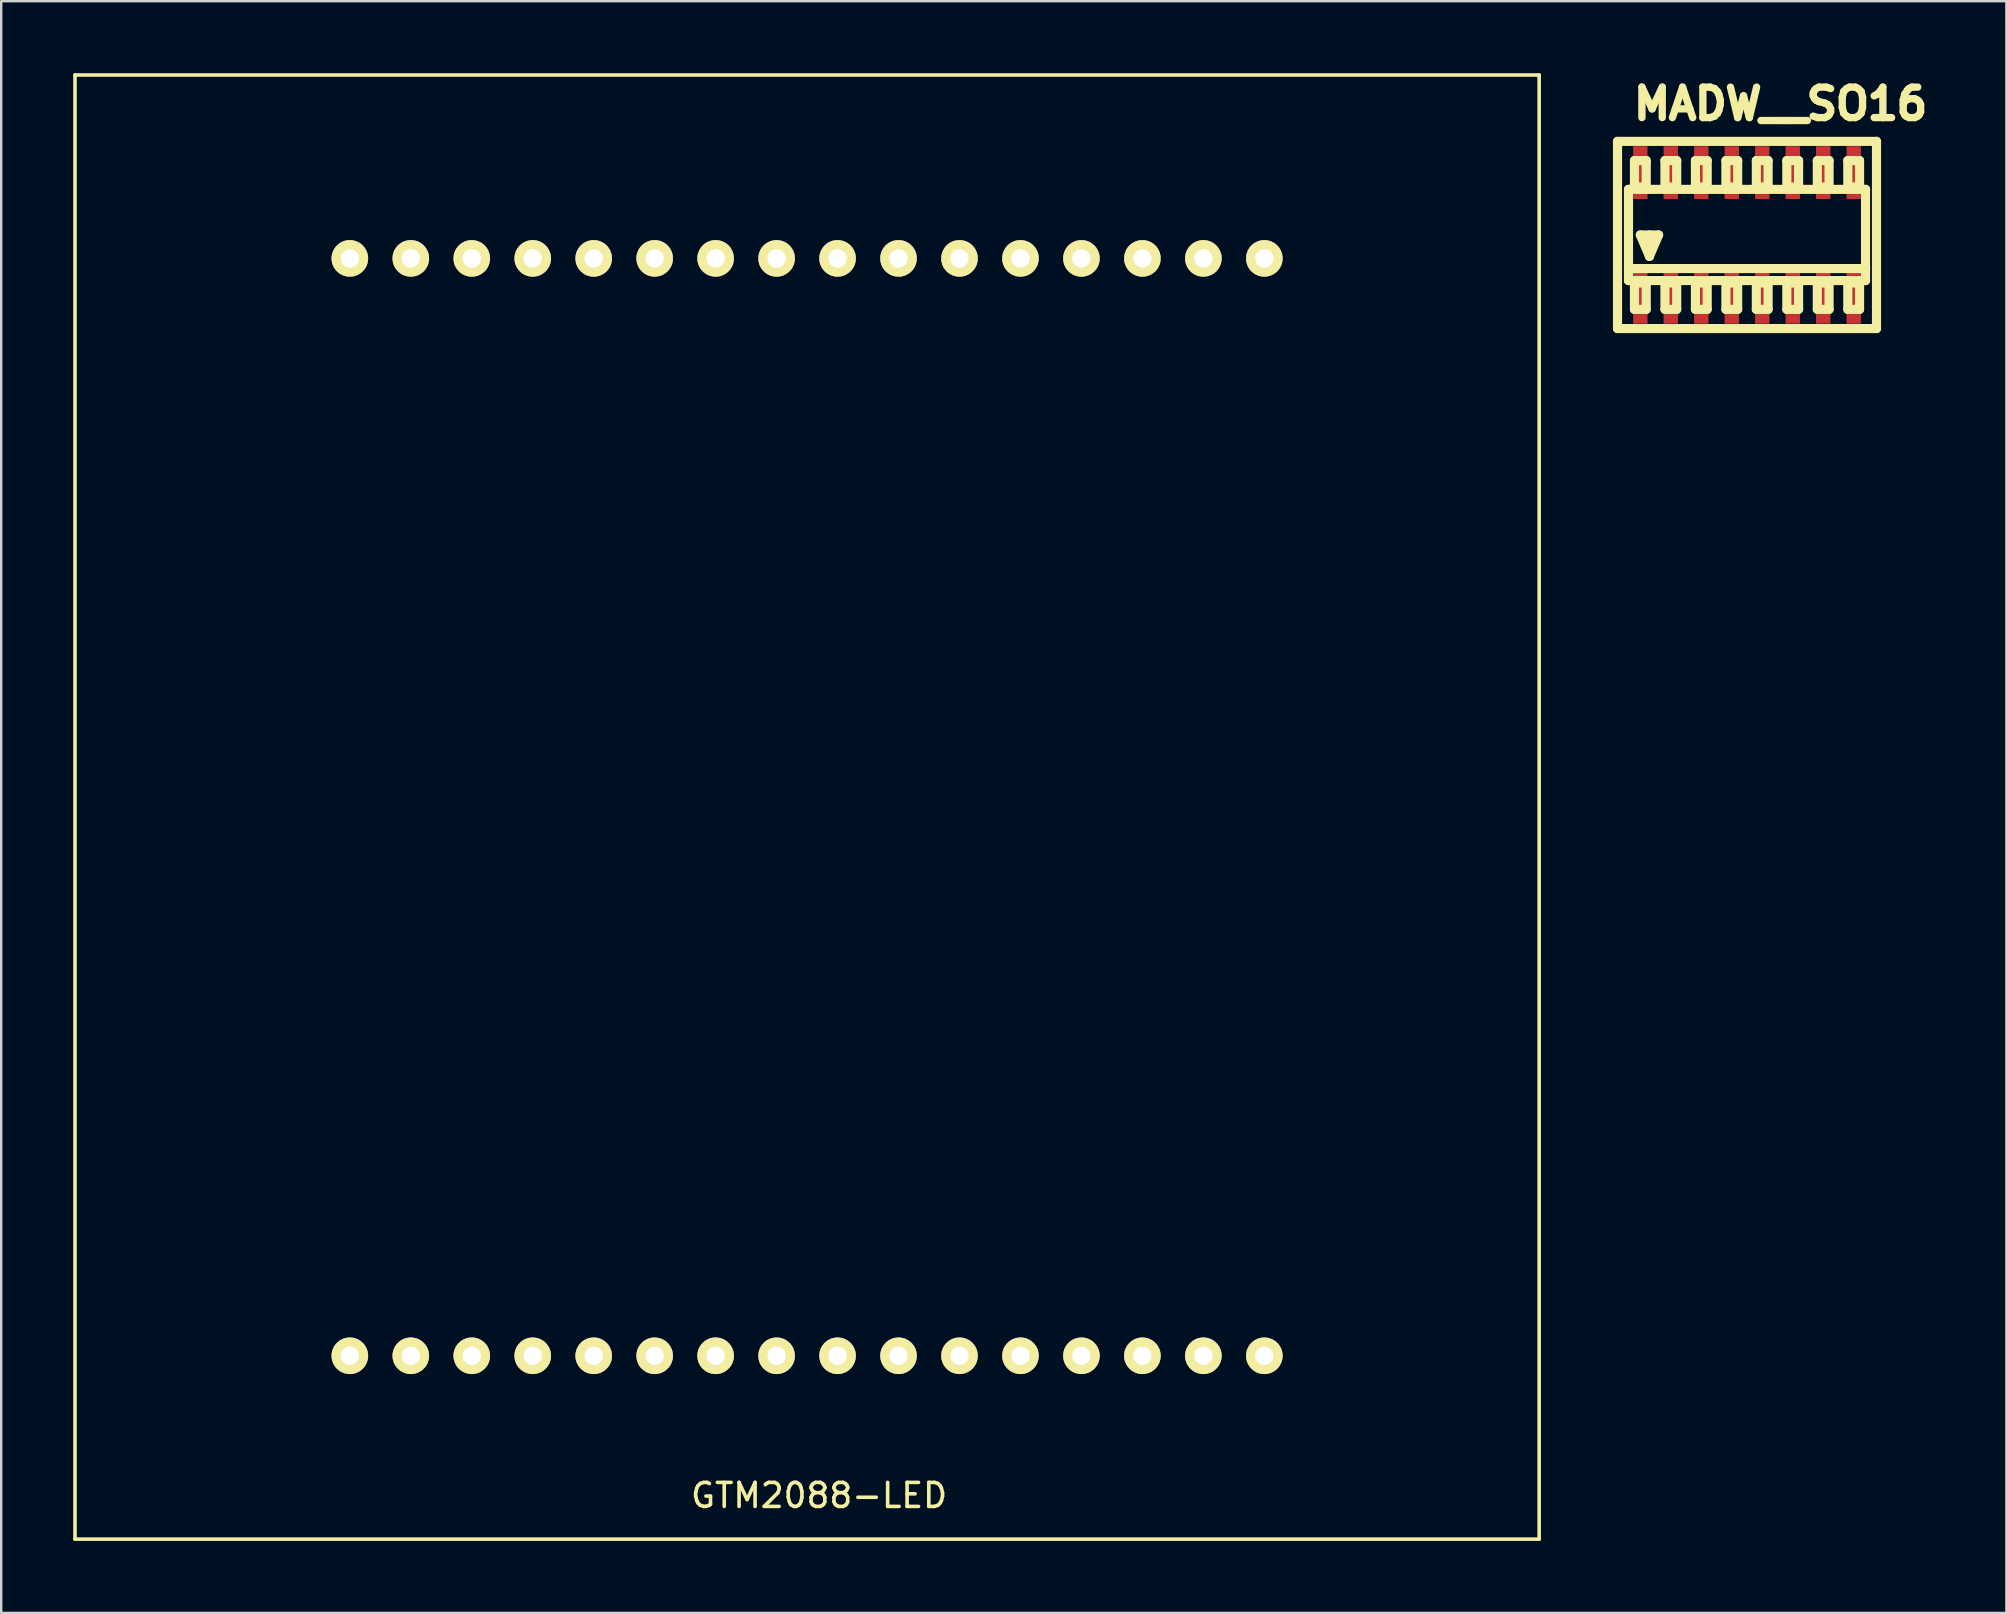
<source format=kicad_pcb>
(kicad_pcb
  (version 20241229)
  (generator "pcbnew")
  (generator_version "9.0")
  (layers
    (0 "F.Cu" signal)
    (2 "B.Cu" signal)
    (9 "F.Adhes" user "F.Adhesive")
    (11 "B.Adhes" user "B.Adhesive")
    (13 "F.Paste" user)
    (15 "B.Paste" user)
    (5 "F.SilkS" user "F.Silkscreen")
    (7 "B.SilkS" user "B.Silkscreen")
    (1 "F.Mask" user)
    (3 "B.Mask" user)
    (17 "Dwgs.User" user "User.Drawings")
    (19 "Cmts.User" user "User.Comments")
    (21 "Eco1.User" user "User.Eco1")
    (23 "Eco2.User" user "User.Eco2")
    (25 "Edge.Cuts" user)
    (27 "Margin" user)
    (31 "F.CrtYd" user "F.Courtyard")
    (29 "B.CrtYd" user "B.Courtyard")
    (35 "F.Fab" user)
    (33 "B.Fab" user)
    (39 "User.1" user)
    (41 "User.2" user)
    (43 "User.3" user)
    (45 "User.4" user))
  (footprint "GTM2088-LED"
    (layer "F.Cu")
    (at 30.575 30.575)
    (property "Reference" "GTM2088-LED" (at 0.5 28.68 0) (layer "F.SilkS") (effects (font (size 1 1) (thickness 0.15))))
    (attr through_hole)
    (fp_line (start -30.5 -30.5) (end 30.5 -30.5) (stroke (width 0.15) (type solid)) (layer "F.SilkS"))
    (fp_line (start -30.5 30.5) (end -30.5 -30.5) (stroke (width 0.15) (type solid)) (layer "F.SilkS"))
    (fp_line (start 30.5 -30.5) (end 30.5 30.5) (stroke (width 0.15) (type solid)) (layer "F.SilkS"))
    (fp_line (start 30.5 30.5) (end -30.5 30.5) (stroke (width 0.15) (type solid)) (layer "F.SilkS"))
    (pad "1" thru_hole circle (at -19.05 -22.86) (size 1.524 1.524) (drill 0.762) (layers "*.Cu" "*.Mask" "F.SilkS"))
    (pad "2" thru_hole circle (at -16.51 -22.86) (size 1.524 1.524) (drill 0.762) (layers "*.Cu" "*.Mask" "F.SilkS"))
    (pad "3" thru_hole circle (at -13.97 -22.86) (size 1.524 1.524) (drill 0.762) (layers "*.Cu" "*.Mask" "F.SilkS"))
    (pad "4" thru_hole circle (at -11.43 -22.86) (size 1.524 1.524) (drill 0.762) (layers "*.Cu" "*.Mask" "F.SilkS"))
    (pad "5" thru_hole circle (at -8.89 -22.86) (size 1.524 1.524) (drill 0.762) (layers "*.Cu" "*.Mask" "F.SilkS"))
    (pad "6" thru_hole circle (at -6.35 -22.86) (size 1.524 1.524) (drill 0.762) (layers "*.Cu" "*.Mask" "F.SilkS"))
    (pad "7" thru_hole circle (at -3.81 -22.86) (size 1.524 1.524) (drill 0.762) (layers "*.Cu" "*.Mask" "F.SilkS"))
    (pad "8" thru_hole circle (at -1.27 -22.86) (size 1.524 1.524) (drill 0.762) (layers "*.Cu" "*.Mask" "F.SilkS"))
    (pad "9" thru_hole circle (at 1.27 -22.86) (size 1.524 1.524) (drill 0.762) (layers "*.Cu" "*.Mask" "F.SilkS"))
    (pad "10" thru_hole circle (at 3.81 -22.86) (size 1.524 1.524) (drill 0.762) (layers "*.Cu" "*.Mask" "F.SilkS"))
    (pad "11" thru_hole circle (at 6.35 -22.86) (size 1.524 1.524) (drill 0.762) (layers "*.Cu" "*.Mask" "F.SilkS"))
    (pad "12" thru_hole circle (at 8.89 -22.86) (size 1.524 1.524) (drill 0.762) (layers "*.Cu" "*.Mask" "F.SilkS"))
    (pad "13" thru_hole circle (at 11.43 -22.86) (size 1.524 1.524) (drill 0.762) (layers "*.Cu" "*.Mask" "F.SilkS"))
    (pad "14" thru_hole circle (at 13.97 -22.86) (size 1.524 1.524) (drill 0.762) (layers "*.Cu" "*.Mask" "F.SilkS"))
    (pad "15" thru_hole circle (at 16.51 -22.86) (size 1.524 1.524) (drill 0.762) (layers "*.Cu" "*.Mask" "F.SilkS"))
    (pad "16" thru_hole circle (at 19.05 -22.86) (size 1.524 1.524) (drill 0.762) (layers "*.Cu" "*.Mask" "F.SilkS"))
    (pad "17" thru_hole circle (at 19.05 22.86) (size 1.524 1.524) (drill 0.762) (layers "*.Cu" "*.Mask" "F.SilkS"))
    (pad "18" thru_hole circle (at 16.51 22.86) (size 1.524 1.524) (drill 0.762) (layers "*.Cu" "*.Mask" "F.SilkS"))
    (pad "19" thru_hole circle (at 13.97 22.86) (size 1.524 1.524) (drill 0.762) (layers "*.Cu" "*.Mask" "F.SilkS"))
    (pad "20" thru_hole circle (at 11.43 22.86) (size 1.524 1.524) (drill 0.762) (layers "*.Cu" "*.Mask" "F.SilkS"))
    (pad "21" thru_hole circle (at 8.89 22.86) (size 1.524 1.524) (drill 0.762) (layers "*.Cu" "*.Mask" "F.SilkS"))
    (pad "22" thru_hole circle (at 6.35 22.86) (size 1.524 1.524) (drill 0.762) (layers "*.Cu" "*.Mask" "F.SilkS"))
    (pad "23" thru_hole circle (at 3.81 22.86) (size 1.524 1.524) (drill 0.762) (layers "*.Cu" "*.Mask" "F.SilkS"))
    (pad "24" thru_hole circle (at 1.27 22.86) (size 1.524 1.524) (drill 0.762) (layers "*.Cu" "*.Mask" "F.SilkS"))
    (pad "25" thru_hole circle (at -1.27 22.86) (size 1.524 1.524) (drill 0.762) (layers "*.Cu" "*.Mask" "F.SilkS"))
    (pad "26" thru_hole circle (at -3.81 22.86) (size 1.524 1.524) (drill 0.762) (layers "*.Cu" "*.Mask" "F.SilkS"))
    (pad "27" thru_hole circle (at -6.35 22.86) (size 1.524 1.524) (drill 0.762) (layers "*.Cu" "*.Mask" "F.SilkS"))
    (pad "28" thru_hole circle (at -8.89 22.86) (size 1.524 1.524) (drill 0.762) (layers "*.Cu" "*.Mask" "F.SilkS"))
    (pad "29" thru_hole circle (at -11.43 22.86) (size 1.524 1.524) (drill 0.762) (layers "*.Cu" "*.Mask" "F.SilkS"))
    (pad "30" thru_hole circle (at -13.97 22.86) (size 1.524 1.524) (drill 0.762) (layers "*.Cu" "*.Mask" "F.SilkS"))
    (pad "31" thru_hole circle (at -16.51 22.86) (size 1.524 1.524) (drill 0.762) (layers "*.Cu" "*.Mask" "F.SilkS"))
    (pad "32" thru_hole circle (at -19.05 22.86) (size 1.524 1.524) (drill 0.762) (layers "*.Cu" "*.Mask" "F.SilkS")))
  (footprint "MADW__SO16"
    (layer "F.Cu")
    (at 69.735 6.739)
    (property "Reference" "MADW__SO16" (at 1.397 -5.461 0) (layer "F.SilkS") (effects (font (size 1.27 1.27) (thickness 0.305))))
    (attr smd)
    (fp_line (start -5.395 -3.899) (end 5.395 -3.899) (stroke (width 0.381) (type solid)) (layer "F.SilkS"))
    (fp_line (start -5.395 3.899) (end -5.395 -3.899) (stroke (width 0.381) (type solid)) (layer "F.SilkS"))
    (fp_line (start -4.938 -1.9) (end 4.938 -1.9) (stroke (width 0.381) (type solid)) (layer "F.SilkS"))
    (fp_line (start -4.938 1.4) (end -4.938 -1.9) (stroke (width 0.381) (type solid)) (layer "F.SilkS"))
    (fp_line (start -4.938 1.9) (end -4.938 1.4) (stroke (width 0.381) (type solid)) (layer "F.SilkS"))
    (fp_line (start -4.689 -3.099) (end -4.199 -3.099) (stroke (width 0.381) (type solid)) (layer "F.SilkS"))
    (fp_line (start -4.689 -1.999) (end -4.689 -3.099) (stroke (width 0.381) (type solid)) (layer "F.SilkS"))
    (fp_line (start -4.689 -1.999) (end -4.199 -1.999) (stroke (width 0.381) (type solid)) (layer "F.SilkS"))
    (fp_line (start -4.689 1.999) (end -4.199 1.999) (stroke (width 0.381) (type solid)) (layer "F.SilkS"))
    (fp_line (start -4.689 3.099) (end -4.689 1.999) (stroke (width 0.381) (type solid)) (layer "F.SilkS"))
    (fp_line (start -4.689 3.099) (end -4.199 3.099) (stroke (width 0.381) (type solid)) (layer "F.SilkS"))
    (fp_line (start -4.445 0) (end -3.683 0) (stroke (width 0.381) (type solid)) (layer "F.SilkS"))
    (fp_line (start -4.199 -1.999) (end -4.199 -3.099) (stroke (width 0.381) (type solid)) (layer "F.SilkS"))
    (fp_line (start -4.199 3.099) (end -4.199 1.999) (stroke (width 0.381) (type solid)) (layer "F.SilkS"))
    (fp_line (start -4.064 0.889) (end -4.445 0) (stroke (width 0.381) (type solid)) (layer "F.SilkS"))
    (fp_line (start -4.064 0.889) (end -4.064 0) (stroke (width 0.381) (type solid)) (layer "F.SilkS"))
    (fp_line (start -3.683 0) (end -4.064 0.889) (stroke (width 0.381) (type solid)) (layer "F.SilkS"))
    (fp_line (start -3.419 -3.099) (end -2.929 -3.099) (stroke (width 0.381) (type solid)) (layer "F.SilkS"))
    (fp_line (start -3.419 -1.999) (end -3.419 -3.099) (stroke (width 0.381) (type solid)) (layer "F.SilkS"))
    (fp_line (start -3.419 -1.999) (end -2.929 -1.999) (stroke (width 0.381) (type solid)) (layer "F.SilkS"))
    (fp_line (start -3.419 1.999) (end -2.929 1.999) (stroke (width 0.381) (type solid)) (layer "F.SilkS"))
    (fp_line (start -3.419 3.099) (end -3.419 1.999) (stroke (width 0.381) (type solid)) (layer "F.SilkS"))
    (fp_line (start -3.419 3.099) (end -2.929 3.099) (stroke (width 0.381) (type solid)) (layer "F.SilkS"))
    (fp_line (start -2.929 -1.999) (end -2.929 -3.099) (stroke (width 0.381) (type solid)) (layer "F.SilkS"))
    (fp_line (start -2.929 3.099) (end -2.929 1.999) (stroke (width 0.381) (type solid)) (layer "F.SilkS"))
    (fp_line (start -2.149 -3.099) (end -1.659 -3.099) (stroke (width 0.381) (type solid)) (layer "F.SilkS"))
    (fp_line (start -2.149 -1.999) (end -2.149 -3.099) (stroke (width 0.381) (type solid)) (layer "F.SilkS"))
    (fp_line (start -2.149 -1.999) (end -1.659 -1.999) (stroke (width 0.381) (type solid)) (layer "F.SilkS"))
    (fp_line (start -2.149 1.999) (end -1.659 1.999) (stroke (width 0.381) (type solid)) (layer "F.SilkS"))
    (fp_line (start -2.149 3.099) (end -2.149 1.999) (stroke (width 0.381) (type solid)) (layer "F.SilkS"))
    (fp_line (start -2.149 3.099) (end -1.659 3.099) (stroke (width 0.381) (type solid)) (layer "F.SilkS"))
    (fp_line (start -1.659 -1.999) (end -1.659 -3.099) (stroke (width 0.381) (type solid)) (layer "F.SilkS"))
    (fp_line (start -1.659 3.099) (end -1.659 1.999) (stroke (width 0.381) (type solid)) (layer "F.SilkS"))
    (fp_line (start -0.879 -3.099) (end -0.389 -3.099) (stroke (width 0.381) (type solid)) (layer "F.SilkS"))
    (fp_line (start -0.879 -1.999) (end -0.879 -3.099) (stroke (width 0.381) (type solid)) (layer "F.SilkS"))
    (fp_line (start -0.879 -1.999) (end -0.389 -1.999) (stroke (width 0.381) (type solid)) (layer "F.SilkS"))
    (fp_line (start -0.879 1.999) (end -0.389 1.999) (stroke (width 0.381) (type solid)) (layer "F.SilkS"))
    (fp_line (start -0.879 3.099) (end -0.879 1.999) (stroke (width 0.381) (type solid)) (layer "F.SilkS"))
    (fp_line (start -0.879 3.099) (end -0.389 3.099) (stroke (width 0.381) (type solid)) (layer "F.SilkS"))
    (fp_line (start -0.389 -1.999) (end -0.389 -3.099) (stroke (width 0.381) (type solid)) (layer "F.SilkS"))
    (fp_line (start -0.389 3.099) (end -0.389 1.999) (stroke (width 0.381) (type solid)) (layer "F.SilkS"))
    (fp_line (start 0.389 -3.099) (end 0.879 -3.099) (stroke (width 0.381) (type solid)) (layer "F.SilkS"))
    (fp_line (start 0.389 -1.999) (end 0.389 -3.099) (stroke (width 0.381) (type solid)) (layer "F.SilkS"))
    (fp_line (start 0.389 -1.999) (end 0.879 -1.999) (stroke (width 0.381) (type solid)) (layer "F.SilkS"))
    (fp_line (start 0.389 1.999) (end 0.879 1.999) (stroke (width 0.381) (type solid)) (layer "F.SilkS"))
    (fp_line (start 0.389 3.099) (end 0.389 1.999) (stroke (width 0.381) (type solid)) (layer "F.SilkS"))
    (fp_line (start 0.389 3.099) (end 0.879 3.099) (stroke (width 0.381) (type solid)) (layer "F.SilkS"))
    (fp_line (start 0.879 -1.999) (end 0.879 -3.099) (stroke (width 0.381) (type solid)) (layer "F.SilkS"))
    (fp_line (start 0.879 3.099) (end 0.879 1.999) (stroke (width 0.381) (type solid)) (layer "F.SilkS"))
    (fp_line (start 1.659 -3.099) (end 2.149 -3.099) (stroke (width 0.381) (type solid)) (layer "F.SilkS"))
    (fp_line (start 1.659 -1.999) (end 1.659 -3.099) (stroke (width 0.381) (type solid)) (layer "F.SilkS"))
    (fp_line (start 1.659 -1.999) (end 2.149 -1.999) (stroke (width 0.381) (type solid)) (layer "F.SilkS"))
    (fp_line (start 1.659 1.999) (end 2.149 1.999) (stroke (width 0.381) (type solid)) (layer "F.SilkS"))
    (fp_line (start 1.659 3.099) (end 1.659 1.999) (stroke (width 0.381) (type solid)) (layer "F.SilkS"))
    (fp_line (start 1.659 3.099) (end 2.149 3.099) (stroke (width 0.381) (type solid)) (layer "F.SilkS"))
    (fp_line (start 2.149 -1.999) (end 2.149 -3.099) (stroke (width 0.381) (type solid)) (layer "F.SilkS"))
    (fp_line (start 2.149 3.099) (end 2.149 1.999) (stroke (width 0.381) (type solid)) (layer "F.SilkS"))
    (fp_line (start 2.929 -3.099) (end 3.419 -3.099) (stroke (width 0.381) (type solid)) (layer "F.SilkS"))
    (fp_line (start 2.929 -1.999) (end 2.929 -3.099) (stroke (width 0.381) (type solid)) (layer "F.SilkS"))
    (fp_line (start 2.929 -1.999) (end 3.419 -1.999) (stroke (width 0.381) (type solid)) (layer "F.SilkS"))
    (fp_line (start 2.929 1.999) (end 3.419 1.999) (stroke (width 0.381) (type solid)) (layer "F.SilkS"))
    (fp_line (start 2.929 3.099) (end 2.929 1.999) (stroke (width 0.381) (type solid)) (layer "F.SilkS"))
    (fp_line (start 2.929 3.099) (end 3.419 3.099) (stroke (width 0.381) (type solid)) (layer "F.SilkS"))
    (fp_line (start 3.419 -1.999) (end 3.419 -3.099) (stroke (width 0.381) (type solid)) (layer "F.SilkS"))
    (fp_line (start 3.419 3.099) (end 3.419 1.999) (stroke (width 0.381) (type solid)) (layer "F.SilkS"))
    (fp_line (start 4.199 -3.099) (end 4.689 -3.099) (stroke (width 0.381) (type solid)) (layer "F.SilkS"))
    (fp_line (start 4.199 -1.999) (end 4.199 -3.099) (stroke (width 0.381) (type solid)) (layer "F.SilkS"))
    (fp_line (start 4.199 -1.999) (end 4.689 -1.999) (stroke (width 0.381) (type solid)) (layer "F.SilkS"))
    (fp_line (start 4.199 1.999) (end 4.689 1.999) (stroke (width 0.381) (type solid)) (layer "F.SilkS"))
    (fp_line (start 4.199 3.099) (end 4.199 1.999) (stroke (width 0.381) (type solid)) (layer "F.SilkS"))
    (fp_line (start 4.199 3.099) (end 4.689 3.099) (stroke (width 0.381) (type solid)) (layer "F.SilkS"))
    (fp_line (start 4.689 -1.999) (end 4.689 -3.099) (stroke (width 0.381) (type solid)) (layer "F.SilkS"))
    (fp_line (start 4.689 3.099) (end 4.689 1.999) (stroke (width 0.381) (type solid)) (layer "F.SilkS"))
    (fp_line (start 4.938 -1.9) (end 4.938 1.4) (stroke (width 0.381) (type solid)) (layer "F.SilkS"))
    (fp_line (start 4.938 1.4) (end -4.938 1.4) (stroke (width 0.381) (type solid)) (layer "F.SilkS"))
    (fp_line (start 4.938 1.4) (end 4.938 1.9) (stroke (width 0.381) (type solid)) (layer "F.SilkS"))
    (fp_line (start 4.938 1.9) (end -4.938 1.9) (stroke (width 0.381) (type solid)) (layer "F.SilkS"))
    (fp_line (start 5.395 -3.899) (end 5.395 3.899) (stroke (width 0.381) (type solid)) (layer "F.SilkS"))
    (fp_line (start 5.395 3.899) (end -5.395 3.899) (stroke (width 0.381) (type solid)) (layer "F.SilkS"))
    (pad "1" smd rect (at -4.445 2.598) (size 0.599 2.2) (layers "F.Cu" "F.Mask" "F.Paste"))
    (pad "2" smd rect (at -3.175 2.598) (size 0.599 2.2) (layers "F.Cu" "F.Mask" "F.Paste"))
    (pad "3" smd rect (at -1.905 2.598) (size 0.599 2.2) (layers "F.Cu" "F.Mask" "F.Paste"))
    (pad "4" smd rect (at -0.635 2.598) (size 0.599 2.2) (layers "F.Cu" "F.Mask" "F.Paste"))
    (pad "5" smd rect (at 0.635 2.598) (size 0.599 2.2) (layers "F.Cu" "F.Mask" "F.Paste"))
    (pad "6" smd rect (at 1.905 2.598) (size 0.599 2.2) (layers "F.Cu" "F.Mask" "F.Paste"))
    (pad "7" smd rect (at 3.175 2.598) (size 0.599 2.2) (layers "F.Cu" "F.Mask" "F.Paste"))
    (pad "8" smd rect (at 4.445 2.598) (size 0.599 2.2) (layers "F.Cu" "F.Mask" "F.Paste"))
    (pad "9" smd rect (at 4.445 -2.598) (size 0.599 2.2) (layers "F.Cu" "F.Mask" "F.Paste"))
    (pad "10" smd rect (at 3.175 -2.598) (size 0.599 2.2) (layers "F.Cu" "F.Mask" "F.Paste"))
    (pad "11" smd rect (at 1.905 -2.598) (size 0.599 2.2) (layers "F.Cu" "F.Mask" "F.Paste"))
    (pad "12" smd rect (at 0.635 -2.598) (size 0.599 2.2) (layers "F.Cu" "F.Mask" "F.Paste"))
    (pad "13" smd rect (at -0.635 -2.598) (size 0.599 2.2) (layers "F.Cu" "F.Mask" "F.Paste"))
    (pad "14" smd rect (at -1.905 -2.598) (size 0.599 2.2) (layers "F.Cu" "F.Mask" "F.Paste"))
    (pad "15" smd rect (at -3.175 -2.598) (size 0.599 2.2) (layers "F.Cu" "F.Mask" "F.Paste"))
    (pad "16" smd rect (at -4.445 -2.598) (size 0.599 2.2) (layers "F.Cu" "F.Mask" "F.Paste")))
  (gr_rect
    (start -3 -3)
    (end 80.541 64.15)
    (stroke (width 0.1) (type default))
    (fill no)
    (layer "Edge.Cuts")))
</source>
